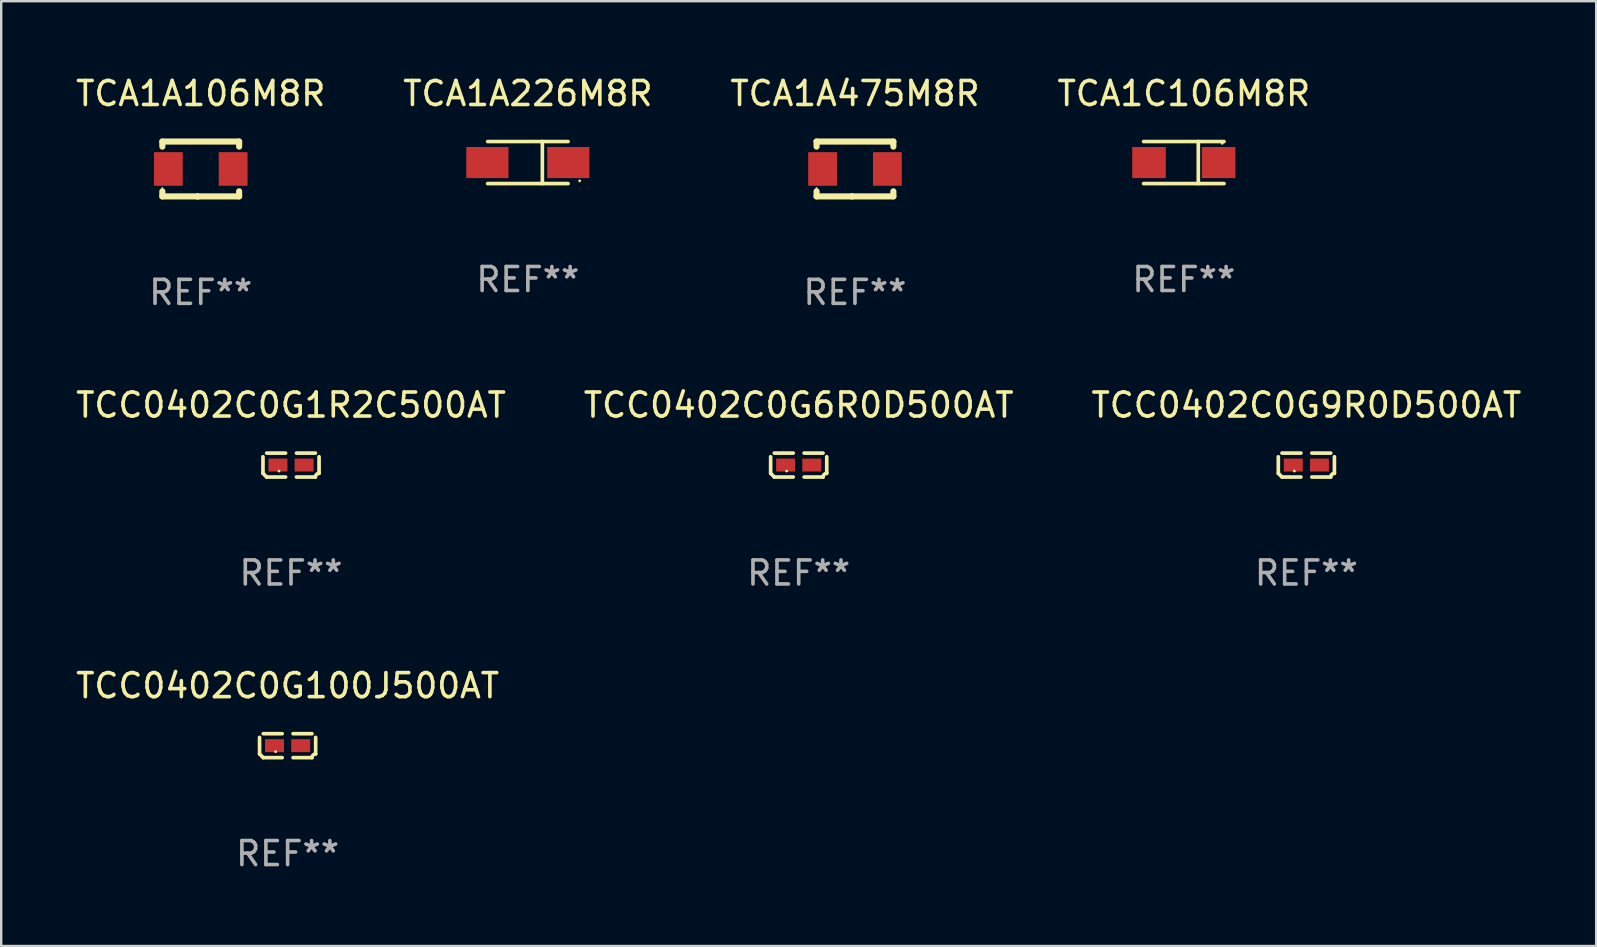
<source format=kicad_pcb>
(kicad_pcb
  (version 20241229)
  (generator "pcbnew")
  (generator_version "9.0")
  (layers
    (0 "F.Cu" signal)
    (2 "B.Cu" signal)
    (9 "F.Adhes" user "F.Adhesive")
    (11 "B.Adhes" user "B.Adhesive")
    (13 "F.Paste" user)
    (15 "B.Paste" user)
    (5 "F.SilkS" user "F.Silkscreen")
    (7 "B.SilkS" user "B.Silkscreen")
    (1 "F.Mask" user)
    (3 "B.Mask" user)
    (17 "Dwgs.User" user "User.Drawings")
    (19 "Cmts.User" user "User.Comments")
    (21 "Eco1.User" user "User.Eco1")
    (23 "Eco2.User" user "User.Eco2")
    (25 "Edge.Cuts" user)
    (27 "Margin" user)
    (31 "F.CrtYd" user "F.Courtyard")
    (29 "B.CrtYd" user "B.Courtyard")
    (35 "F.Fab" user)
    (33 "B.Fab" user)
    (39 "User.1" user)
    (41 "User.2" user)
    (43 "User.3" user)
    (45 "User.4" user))
  (footprint "TCA1A226M8R"
    (layer "F.Cu")
    (at 18.946 3.724)
    (property "Reference" "TCA1A226M8R" (at 0 -2.876 0) (layer "F.SilkS") (effects (font (size 1 1) (thickness 0.15))))
    (attr through_hole)
    (fp_line (start -1.676 -0.876) (end 1.676 -0.876) (stroke (width 0.152) (type solid)) (layer "F.SilkS"))
    (fp_line (start -1.676 0.876) (end 1.676 0.876) (stroke (width 0.152) (type solid)) (layer "F.SilkS"))
    (fp_line (start 0.604 -0.876) (end 0.604 0.876) (stroke (width 0.152) (type solid)) (layer "F.SilkS"))
    (fp_circle (center 2.159 0.762) (end 2.189 0.762) (stroke (width 0.06) (type solid)) (fill no) (layer "F.SilkS"))
    (fp_text user "REF**" (at 0 4.876 0) (layer "F.Fab") (effects (font (size 1 1) (thickness 0.15))))
    (pad "1" smd rect (at 1.686 0) (size 1.758 1.296) (layers "F.Cu" "F.Mask" "F.Paste"))
    (pad "2" smd rect (at -1.686 0) (size 1.758 1.296) (layers "F.Cu" "F.Mask" "F.Paste")))
  (footprint "TCA1C106M8R"
    (layer "F.Cu")
    (at 46.28 3.724)
    (property "Reference" "TCA1C106M8R" (at 0 -2.876 0) (layer "F.SilkS") (effects (font (size 1 1) (thickness 0.15))))
    (attr through_hole)
    (fp_line (start -1.676 -0.876) (end 1.676 -0.876) (stroke (width 0.152) (type solid)) (layer "F.SilkS"))
    (fp_line (start -1.676 0.876) (end 1.676 0.876) (stroke (width 0.152) (type solid)) (layer "F.SilkS"))
    (fp_line (start 0.604 -0.876) (end 0.604 0.876) (stroke (width 0.152) (type solid)) (layer "F.SilkS"))
    (fp_circle (center 1.6 -0.8) (end 1.63 -0.8) (stroke (width 0.06) (type solid)) (fill no) (layer "F.SilkS"))
    (fp_text user "REF**" (at 0 4.876 0) (layer "F.Fab") (effects (font (size 1 1) (thickness 0.15))))
    (pad "1" smd rect (at 1.45 0) (size 1.4 1.296) (layers "F.Cu" "F.Mask" "F.Paste"))
    (pad "2" smd rect (at -1.45 0) (size 1.4 1.296) (layers "F.Cu" "F.Mask" "F.Paste")))
  (footprint "TCA1A475M8R"
    (layer "F.Cu")
    (at 32.577 3.991)
    (property "Reference" "TCA1A475M8R" (at 0 -3.143 0) (layer "F.SilkS") (effects (font (size 1 1) (thickness 0.15))))
    (attr through_hole)
    (fp_line (start -1.6 1.143) (end -0.128 1.143) (stroke (width 0.254) (type solid)) (layer "F.SilkS"))
    (fp_line (start -1.6 -1.143) (end -1.6 -0.931) (stroke (width 0.254) (type solid)) (layer "F.SilkS"))
    (fp_line (start -1.6 -1.143) (end 1.6 -1.143) (stroke (width 0.254) (type solid)) (layer "F.SilkS"))
    (fp_line (start -1.6 0.931) (end -1.6 1.143) (stroke (width 0.254) (type solid)) (layer "F.SilkS"))
    (fp_line (start -0.128 1.143) (end -0.128 1.143) (stroke (width 0.254) (type solid)) (layer "F.SilkS"))
    (fp_line (start -0.128 1.143) (end 1.6 1.143) (stroke (width 0.254) (type solid)) (layer "F.SilkS"))
    (fp_line (start 1.6 -1.143) (end 1.6 -0.931) (stroke (width 0.254) (type solid)) (layer "F.SilkS"))
    (fp_line (start 1.6 0.931) (end 1.6 1.143) (stroke (width 0.254) (type solid)) (layer "F.SilkS"))
    (fp_circle (center -1.6 0.8) (end -1.58 0.8) (stroke (width 0.04) (type solid)) (fill no) (layer "F.SilkS"))
    (fp_text user "REF**" (at 0 5.143 0) (layer "F.Fab") (effects (font (size 1 1) (thickness 0.15))))
    (pad "1" smd rect (at -1.35 0) (size 1.2 1.4) (layers "F.Cu" "F.Mask" "F.Paste"))
    (pad "2" smd rect (at 1.35 0) (size 1.2 1.4) (layers "F.Cu" "F.Mask" "F.Paste")))
  (footprint "TCA1A106M8R"
    (layer "F.Cu")
    (at 5.315 3.991)
    (property "Reference" "TCA1A106M8R" (at 0 -3.143 0) (layer "F.SilkS") (effects (font (size 1 1) (thickness 0.15))))
    (attr through_hole)
    (fp_line (start -1.6 1.143) (end -0.128 1.143) (stroke (width 0.254) (type solid)) (layer "F.SilkS"))
    (fp_line (start -1.6 -1.143) (end -1.6 -0.931) (stroke (width 0.254) (type solid)) (layer "F.SilkS"))
    (fp_line (start -1.6 -1.143) (end 1.6 -1.143) (stroke (width 0.254) (type solid)) (layer "F.SilkS"))
    (fp_line (start -1.6 0.931) (end -1.6 1.143) (stroke (width 0.254) (type solid)) (layer "F.SilkS"))
    (fp_line (start -0.128 1.143) (end -0.128 1.143) (stroke (width 0.254) (type solid)) (layer "F.SilkS"))
    (fp_line (start -0.128 1.143) (end 1.6 1.143) (stroke (width 0.254) (type solid)) (layer "F.SilkS"))
    (fp_line (start 1.6 -1.143) (end 1.6 -0.931) (stroke (width 0.254) (type solid)) (layer "F.SilkS"))
    (fp_line (start 1.6 0.931) (end 1.6 1.143) (stroke (width 0.254) (type solid)) (layer "F.SilkS"))
    (fp_circle (center -1.6 0.8) (end -1.58 0.8) (stroke (width 0.04) (type solid)) (fill no) (layer "F.SilkS"))
    (fp_text user "REF**" (at 0 5.143 0) (layer "F.Fab") (effects (font (size 1 1) (thickness 0.15))))
    (pad "1" smd rect (at -1.35 0) (size 1.2 1.4) (layers "F.Cu" "F.Mask" "F.Paste"))
    (pad "2" smd rect (at 1.35 0) (size 1.2 1.4) (layers "F.Cu" "F.Mask" "F.Paste")))
  (footprint "TCC0402C0G100J500AT"
    (layer "F.Cu")
    (at 8.935 28.023)
    (property "Reference" "TCC0402C0G100J500AT" (at 0 -2.499 0) (layer "F.SilkS") (effects (font (size 1 1) (thickness 0.15))))
    (attr through_hole)
    (fp_line (start -1.169 0.346) (end -1.169 -0.346) (stroke (width 0.152) (type solid)) (layer "F.SilkS"))
    (fp_line (start -1.016 -0.499) (end -0.226 -0.499) (stroke (width 0.152) (type solid)) (layer "F.SilkS"))
    (fp_line (start -0.226 0.499) (end -1.016 0.499) (stroke (width 0.152) (type solid)) (layer "F.SilkS"))
    (fp_line (start 0.226 0.499) (end 1.016 0.499) (stroke (width 0.152) (type solid)) (layer "F.SilkS"))
    (fp_line (start 1.016 -0.499) (end 0.226 -0.499) (stroke (width 0.152) (type solid)) (layer "F.SilkS"))
    (fp_line (start 1.169 0.346) (end 1.169 -0.346) (stroke (width 0.152) (type solid)) (layer "F.SilkS"))
    (fp_arc (start -1.016307 0.498603) (mid -1.092512 0.422405) (end -1.16871 0.3462) (stroke (width 0.1524) (type solid)) (layer "F.SilkS"))
    (fp_arc (start 1.016307 0.498603) (mid 1.060899 0.390758) (end 1.168707 0.346076) (stroke (width 0.1524) (type solid)) (layer "F.SilkS"))
    (fp_circle (center -0.5 0.25) (end -0.47 0.25) (stroke (width 0.06) (type solid)) (fill no) (layer "F.SilkS"))
    (fp_text user "REF**" (at 0 4.499 0) (layer "F.Fab") (effects (font (size 1 1) (thickness 0.15))))
    (pad "1" smd rect (at -0.545 0) (size 0.79 0.54) (layers "F.Cu" "F.Mask" "F.Paste"))
    (pad "2" smd rect (at 0.545 0) (size 0.79 0.54) (layers "F.Cu" "F.Mask" "F.Paste")))
  (footprint "TCC0402C0G6R0D500AT"
    (layer "F.Cu")
    (at 30.232 16.329)
    (property "Reference" "TCC0402C0G6R0D500AT" (at 0 -2.499 0) (layer "F.SilkS") (effects (font (size 1 1) (thickness 0.15))))
    (attr through_hole)
    (fp_line (start -1.169 0.346) (end -1.169 -0.346) (stroke (width 0.152) (type solid)) (layer "F.SilkS"))
    (fp_line (start -1.016 -0.499) (end -0.226 -0.499) (stroke (width 0.152) (type solid)) (layer "F.SilkS"))
    (fp_line (start -0.226 0.499) (end -1.016 0.499) (stroke (width 0.152) (type solid)) (layer "F.SilkS"))
    (fp_line (start 0.226 0.499) (end 1.016 0.499) (stroke (width 0.152) (type solid)) (layer "F.SilkS"))
    (fp_line (start 1.016 -0.499) (end 0.226 -0.499) (stroke (width 0.152) (type solid)) (layer "F.SilkS"))
    (fp_line (start 1.169 0.346) (end 1.169 -0.346) (stroke (width 0.152) (type solid)) (layer "F.SilkS"))
    (fp_arc (start -1.016307 0.498603) (mid -1.092512 0.422405) (end -1.16871 0.3462) (stroke (width 0.1524) (type solid)) (layer "F.SilkS"))
    (fp_arc (start 1.016307 0.498603) (mid 1.060899 0.390758) (end 1.168707 0.346076) (stroke (width 0.1524) (type solid)) (layer "F.SilkS"))
    (fp_circle (center -0.5 0.25) (end -0.47 0.25) (stroke (width 0.06) (type solid)) (fill no) (layer "F.SilkS"))
    (fp_text user "REF**" (at 0 4.499 0) (layer "F.Fab") (effects (font (size 1 1) (thickness 0.15))))
    (pad "1" smd rect (at -0.545 0) (size 0.79 0.54) (layers "F.Cu" "F.Mask" "F.Paste"))
    (pad "2" smd rect (at 0.545 0) (size 0.79 0.54) (layers "F.Cu" "F.Mask" "F.Paste")))
  (footprint "TCC0402C0G1R2C500AT"
    (layer "F.Cu")
    (at 9.077 16.329)
    (property "Reference" "TCC0402C0G1R2C500AT" (at 0 -2.499 0) (layer "F.SilkS") (effects (font (size 1 1) (thickness 0.15))))
    (attr through_hole)
    (fp_line (start -1.169 0.346) (end -1.169 -0.346) (stroke (width 0.152) (type solid)) (layer "F.SilkS"))
    (fp_line (start -1.016 -0.499) (end -0.226 -0.499) (stroke (width 0.152) (type solid)) (layer "F.SilkS"))
    (fp_line (start -0.226 0.499) (end -1.016 0.499) (stroke (width 0.152) (type solid)) (layer "F.SilkS"))
    (fp_line (start 0.226 0.499) (end 1.016 0.499) (stroke (width 0.152) (type solid)) (layer "F.SilkS"))
    (fp_line (start 1.016 -0.499) (end 0.226 -0.499) (stroke (width 0.152) (type solid)) (layer "F.SilkS"))
    (fp_line (start 1.169 0.346) (end 1.169 -0.346) (stroke (width 0.152) (type solid)) (layer "F.SilkS"))
    (fp_arc (start -1.016307 0.498603) (mid -1.092512 0.422405) (end -1.16871 0.3462) (stroke (width 0.1524) (type solid)) (layer "F.SilkS"))
    (fp_arc (start 1.016307 0.498603) (mid 1.060899 0.390758) (end 1.168707 0.346076) (stroke (width 0.1524) (type solid)) (layer "F.SilkS"))
    (fp_circle (center -0.5 0.25) (end -0.47 0.25) (stroke (width 0.06) (type solid)) (fill no) (layer "F.SilkS"))
    (fp_text user "REF**" (at 0 4.499 0) (layer "F.Fab") (effects (font (size 1 1) (thickness 0.15))))
    (pad "1" smd rect (at -0.545 0) (size 0.79 0.54) (layers "F.Cu" "F.Mask" "F.Paste"))
    (pad "2" smd rect (at 0.545 0) (size 0.79 0.54) (layers "F.Cu" "F.Mask" "F.Paste")))
  (footprint "TCC0402C0G9R0D500AT"
    (layer "F.Cu")
    (at 51.387 16.329)
    (property "Reference" "TCC0402C0G9R0D500AT" (at 0 -2.499 0) (layer "F.SilkS") (effects (font (size 1 1) (thickness 0.15))))
    (attr through_hole)
    (fp_line (start -1.169 0.346) (end -1.169 -0.346) (stroke (width 0.152) (type solid)) (layer "F.SilkS"))
    (fp_line (start -1.016 -0.499) (end -0.226 -0.499) (stroke (width 0.152) (type solid)) (layer "F.SilkS"))
    (fp_line (start -0.226 0.499) (end -1.016 0.499) (stroke (width 0.152) (type solid)) (layer "F.SilkS"))
    (fp_line (start 0.226 0.499) (end 1.016 0.499) (stroke (width 0.152) (type solid)) (layer "F.SilkS"))
    (fp_line (start 1.016 -0.499) (end 0.226 -0.499) (stroke (width 0.152) (type solid)) (layer "F.SilkS"))
    (fp_line (start 1.169 0.346) (end 1.169 -0.346) (stroke (width 0.152) (type solid)) (layer "F.SilkS"))
    (fp_arc (start -1.016307 0.498603) (mid -1.092512 0.422405) (end -1.16871 0.3462) (stroke (width 0.1524) (type solid)) (layer "F.SilkS"))
    (fp_arc (start 1.016307 0.498603) (mid 1.060899 0.390758) (end 1.168707 0.346076) (stroke (width 0.1524) (type solid)) (layer "F.SilkS"))
    (fp_circle (center -0.5 0.25) (end -0.47 0.25) (stroke (width 0.06) (type solid)) (fill no) (layer "F.SilkS"))
    (fp_text user "REF**" (at 0 4.499 0) (layer "F.Fab") (effects (font (size 1 1) (thickness 0.15))))
    (pad "1" smd rect (at -0.545 0) (size 0.79 0.54) (layers "F.Cu" "F.Mask" "F.Paste"))
    (pad "2" smd rect (at 0.545 0) (size 0.79 0.54) (layers "F.Cu" "F.Mask" "F.Paste")))
  (gr_rect
    (start -3 -3)
    (end 63.464 36.37)
    (stroke (width 0.1) (type default))
    (fill no)
    (layer "Edge.Cuts")))
</source>
